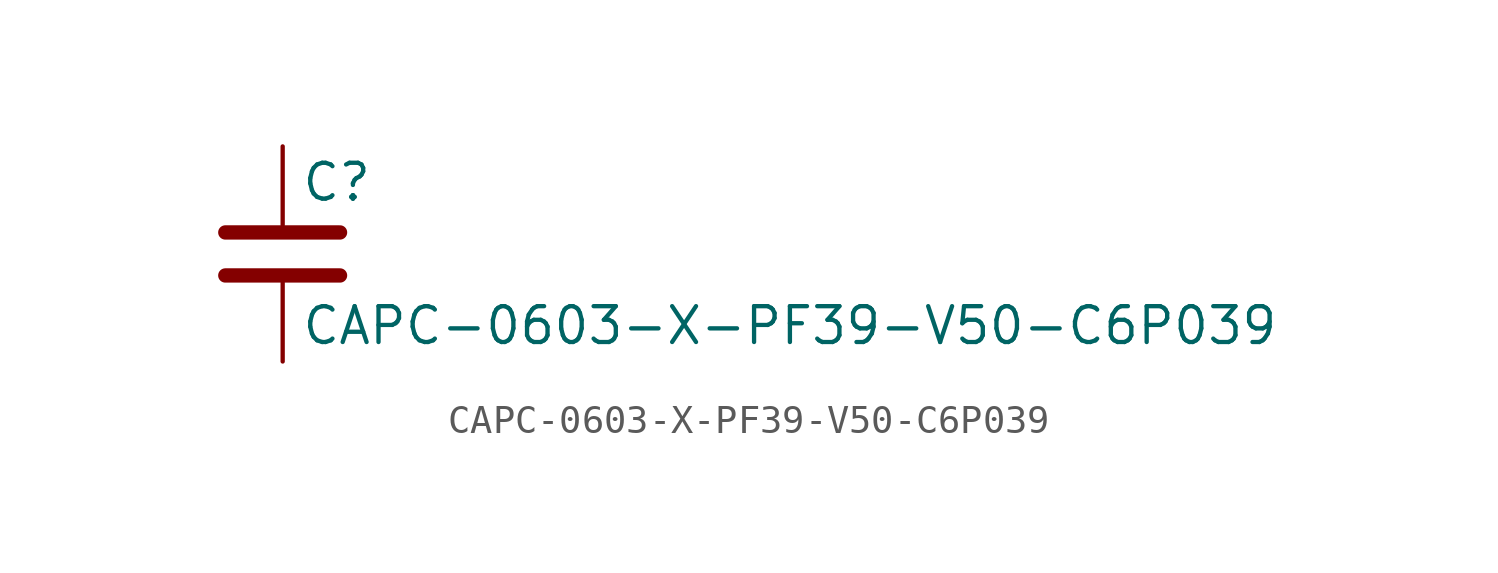
<source format=kicad_sym>
(kicad_symbol_lib
  (version 20211014)
  (generator kicad_symbol_editor)
  (symbol "CAPC-0603-X-PF39-V50-C6P039"
    (pin_numbers hide)
    (pin_names
      (offset 0.254))
    (property "Reference" "C"
      (at 0.635 2.54 0)
      (effects (font (size 1.27 1.27)) (justify left)))
    (property "Value" "CAPC-0603-X-PF39-V50-C6P039"
      (at 0.635 -2.54 0)
      (effects (font (size 1.27 1.27)) (justify left)))
    (symbol "CAPC-0603-X-PF39-V50-C6P039_0_1"
      (polyline (pts (xy -2.032 -0.762) (xy 2.032 -0.762)) (stroke (width 0.508) (type default) (color 0 0 0 0)) (fill (type none)))
      (polyline (pts (xy -2.032 0.762) (xy 2.032 0.762)) (stroke (width 0.508) (type default) (color 0 0 0 0)) (fill (type none))))
    (symbol "CAPC-0603-X-PF39-V50-C6P039_1_1"
      (pin passive line (at 0 3.81 270) (length 2.794) (name "~" (effects (font (size 1.27 1.27)))) (number "1" (effects (font (size 1.27 1.27)))))
      (pin passive line (at 0 -3.81 90) (length 2.794) (name "~" (effects (font (size 1.27 1.27)))) (number "2" (effects (font (size 1.27 1.27))))))))
</source>
